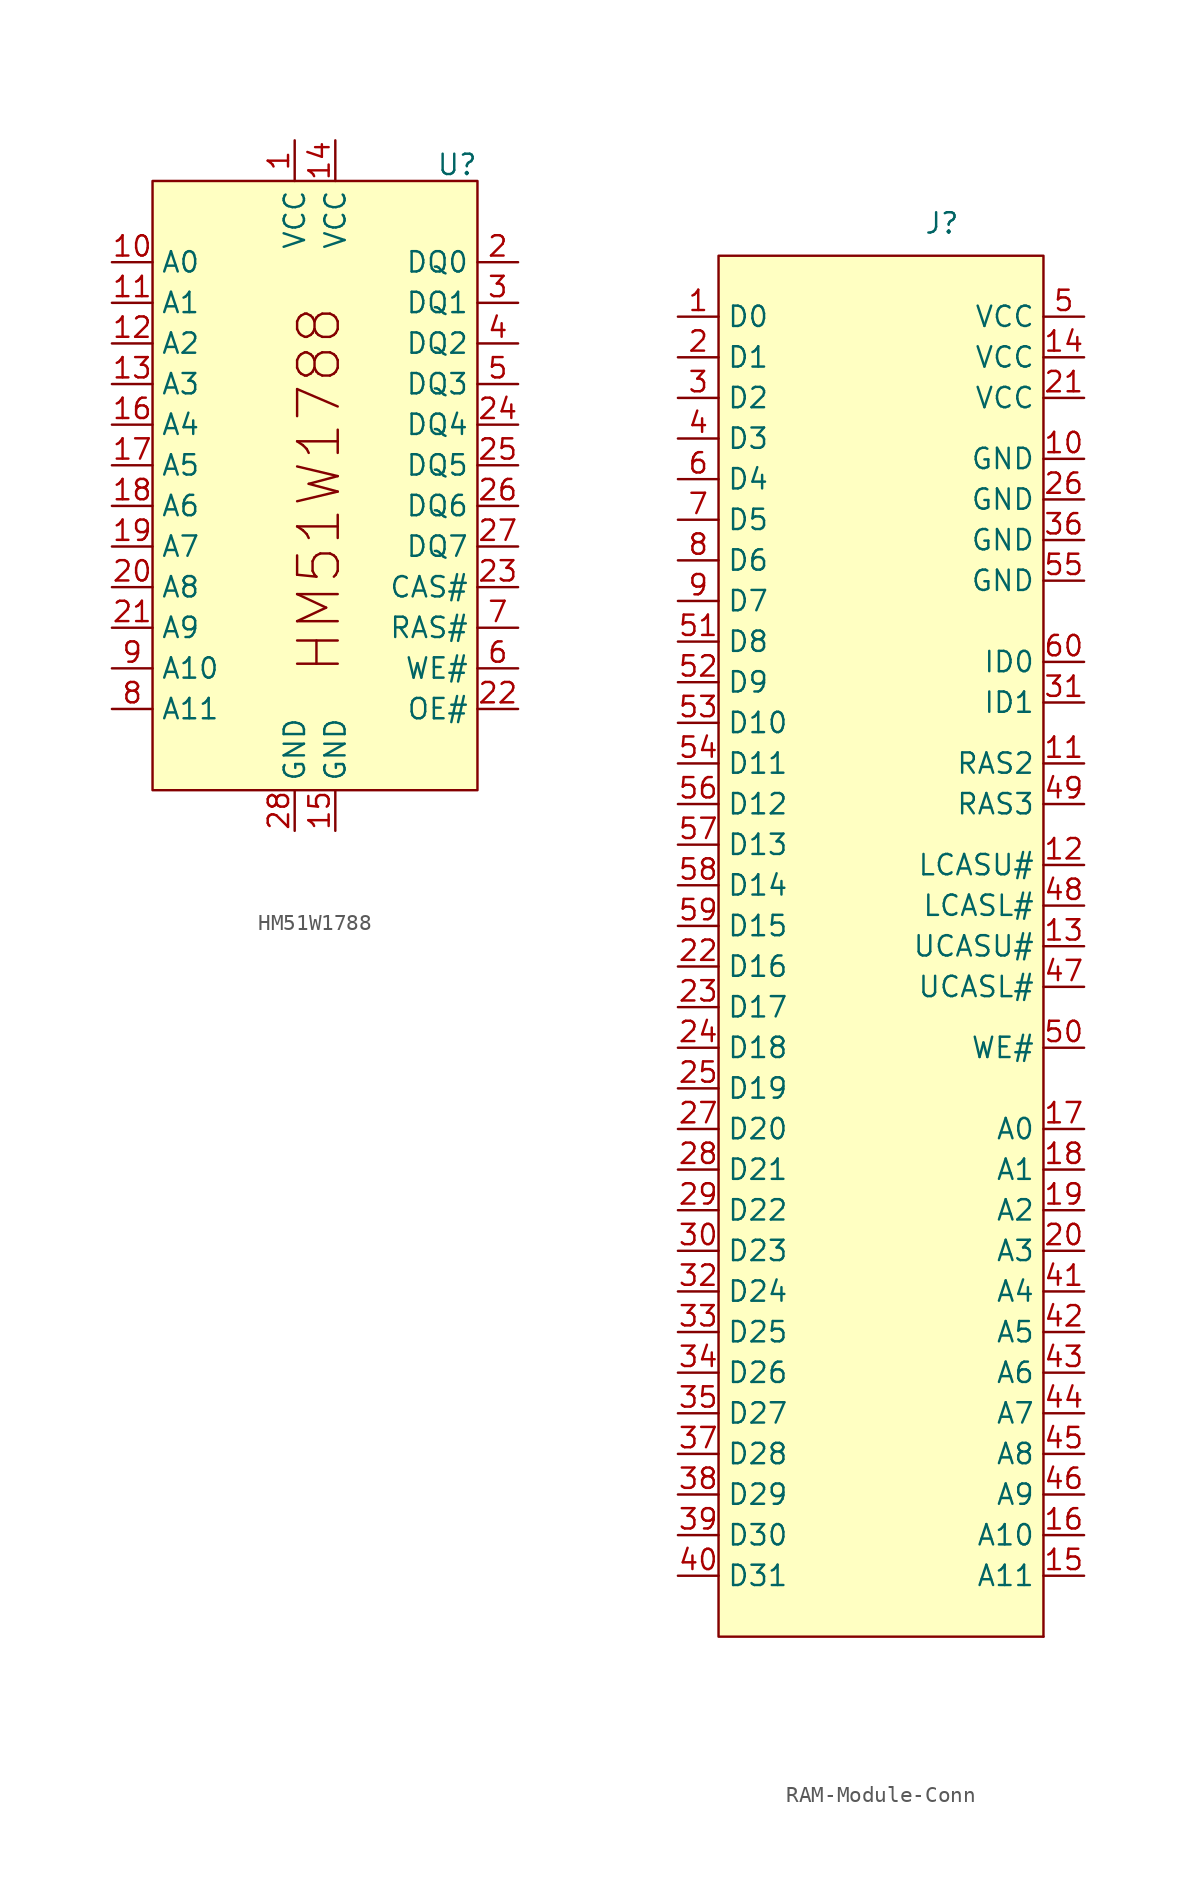
<source format=kicad_sym>
(kicad_symbol_lib
  (version 20241209)
  (generator "kicad_symbol_editor")
  (generator_version "9.0")
  (symbol "HM51W1788"
    (property "Reference" "U"
      (at 8.89 20.066 0)
      (effects (font (size 1.27 1.27))))
    (property "Value" ""
      (at 0 0 0)
      (effects (font (size 1.27 1.27))))
    (symbol "HM51W1788_1_1"
      (rectangle (start -10.16 19.05) (end 10.16 -19.05) (stroke (width 0) (type solid)) (fill (type color) (color 255 255 194 1)))
      (text "HM51W1788" (at 0.254 -0.254 900) (effects (font (size 2.54 2.54))))
      (pin input line (at -12.7 13.97 0) (length 2.54) (name "A0" (effects (font (size 1.27 1.27)))) (number "10" (effects (font (size 1.27 1.27)))))
      (pin input line (at -12.7 11.43 0) (length 2.54) (name "A1" (effects (font (size 1.27 1.27)))) (number "11" (effects (font (size 1.27 1.27)))))
      (pin input line (at -12.7 8.89 0) (length 2.54) (name "A2" (effects (font (size 1.27 1.27)))) (number "12" (effects (font (size 1.27 1.27)))))
      (pin input line (at -12.7 6.35 0) (length 2.54) (name "A3" (effects (font (size 1.27 1.27)))) (number "13" (effects (font (size 1.27 1.27)))))
      (pin input line (at -12.7 3.81 0) (length 2.54) (name "A4" (effects (font (size 1.27 1.27)))) (number "16" (effects (font (size 1.27 1.27)))))
      (pin input line (at -12.7 1.27 0) (length 2.54) (name "A5" (effects (font (size 1.27 1.27)))) (number "17" (effects (font (size 1.27 1.27)))))
      (pin input line (at -12.7 -1.27 0) (length 2.54) (name "A6" (effects (font (size 1.27 1.27)))) (number "18" (effects (font (size 1.27 1.27)))))
      (pin input line (at -12.7 -3.81 0) (length 2.54) (name "A7" (effects (font (size 1.27 1.27)))) (number "19" (effects (font (size 1.27 1.27)))))
      (pin input line (at -12.7 -6.35 0) (length 2.54) (name "A8" (effects (font (size 1.27 1.27)))) (number "20" (effects (font (size 1.27 1.27)))))
      (pin input line (at -12.7 -8.89 0) (length 2.54) (name "A9" (effects (font (size 1.27 1.27)))) (number "21" (effects (font (size 1.27 1.27)))))
      (pin input line (at -12.7 -11.43 0) (length 2.54) (name "A10" (effects (font (size 1.27 1.27)))) (number "9" (effects (font (size 1.27 1.27)))))
      (pin input line (at -12.7 -13.97 0) (length 2.54) (name "A11" (effects (font (size 1.27 1.27)))) (number "8" (effects (font (size 1.27 1.27)))))
      (pin power_in line (at -1.27 21.59 270) (length 2.54) (name "VCC" (effects (font (size 1.27 1.27)))) (number "1" (effects (font (size 1.27 1.27)))))
      (pin power_in line (at -1.27 -21.59 90) (length 2.54) (name "GND" (effects (font (size 1.27 1.27)))) (number "28" (effects (font (size 1.27 1.27)))))
      (pin power_in line (at 1.27 21.59 270) (length 2.54) (name "VCC" (effects (font (size 1.27 1.27)))) (number "14" (effects (font (size 1.27 1.27)))))
      (pin power_in line (at 1.27 -21.59 90) (length 2.54) (name "GND" (effects (font (size 1.27 1.27)))) (number "15" (effects (font (size 1.27 1.27)))))
      (pin bidirectional line (at 12.7 13.97 180) (length 2.54) (name "DQ0" (effects (font (size 1.27 1.27)))) (number "2" (effects (font (size 1.27 1.27)))))
      (pin bidirectional line (at 12.7 11.43 180) (length 2.54) (name "DQ1" (effects (font (size 1.27 1.27)))) (number "3" (effects (font (size 1.27 1.27)))))
      (pin bidirectional line (at 12.7 8.89 180) (length 2.54) (name "DQ2" (effects (font (size 1.27 1.27)))) (number "4" (effects (font (size 1.27 1.27)))))
      (pin bidirectional line (at 12.7 6.35 180) (length 2.54) (name "DQ3" (effects (font (size 1.27 1.27)))) (number "5" (effects (font (size 1.27 1.27)))))
      (pin bidirectional line (at 12.7 3.81 180) (length 2.54) (name "DQ4" (effects (font (size 1.27 1.27)))) (number "24" (effects (font (size 1.27 1.27)))))
      (pin bidirectional line (at 12.7 1.27 180) (length 2.54) (name "DQ5" (effects (font (size 1.27 1.27)))) (number "25" (effects (font (size 1.27 1.27)))))
      (pin bidirectional line (at 12.7 -1.27 180) (length 2.54) (name "DQ6" (effects (font (size 1.27 1.27)))) (number "26" (effects (font (size 1.27 1.27)))))
      (pin bidirectional line (at 12.7 -3.81 180) (length 2.54) (name "DQ7" (effects (font (size 1.27 1.27)))) (number "27" (effects (font (size 1.27 1.27)))))
      (pin input line (at 12.7 -6.35 180) (length 2.54) (name "CAS#" (effects (font (size 1.27 1.27)))) (number "23" (effects (font (size 1.27 1.27)))))
      (pin input line (at 12.7 -8.89 180) (length 2.54) (name "RAS#" (effects (font (size 1.27 1.27)))) (number "7" (effects (font (size 1.27 1.27)))))
      (pin input line (at 12.7 -11.43 180) (length 2.54) (name "WE#" (effects (font (size 1.27 1.27)))) (number "6" (effects (font (size 1.27 1.27)))))
      (pin input line (at 12.7 -13.97 180) (length 2.54) (name "OE#" (effects (font (size 1.27 1.27)))) (number "22" (effects (font (size 1.27 1.27)))))))
  (symbol "RAM-Module-Conn"
    (property "Reference" "J"
      (at 3.81 45.212 0)
      (effects (font (size 1.27 1.27))))
    (property "Value" ""
      (at 0 0 0)
      (effects (font (size 1.27 1.27))))
    (symbol "RAM-Module-Conn_0_1"
      (rectangle (start 10.16 -43.18) (end 10.16 -43.18) (stroke (width 0) (type default)) (fill (type none))))
    (symbol "RAM-Module-Conn_1_1"
      (rectangle (start -10.16 43.18) (end 10.16 -43.18) (stroke (width 0) (type solid)) (fill (type color) (color 255 255 194 1)))
      (pin bidirectional line (at -12.7 39.37 0) (length 2.54) (name "D0" (effects (font (size 1.27 1.27)))) (number "1" (effects (font (size 1.27 1.27)))))
      (pin bidirectional line (at -12.7 36.83 0) (length 2.54) (name "D1" (effects (font (size 1.27 1.27)))) (number "2" (effects (font (size 1.27 1.27)))))
      (pin bidirectional line (at -12.7 34.29 0) (length 2.54) (name "D2" (effects (font (size 1.27 1.27)))) (number "3" (effects (font (size 1.27 1.27)))))
      (pin bidirectional line (at -12.7 31.75 0) (length 2.54) (name "D3" (effects (font (size 1.27 1.27)))) (number "4" (effects (font (size 1.27 1.27)))))
      (pin bidirectional line (at -12.7 29.21 0) (length 2.54) (name "D4" (effects (font (size 1.27 1.27)))) (number "6" (effects (font (size 1.27 1.27)))))
      (pin bidirectional line (at -12.7 26.67 0) (length 2.54) (name "D5" (effects (font (size 1.27 1.27)))) (number "7" (effects (font (size 1.27 1.27)))))
      (pin bidirectional line (at -12.7 24.13 0) (length 2.54) (name "D6" (effects (font (size 1.27 1.27)))) (number "8" (effects (font (size 1.27 1.27)))))
      (pin bidirectional line (at -12.7 21.59 0) (length 2.54) (name "D7" (effects (font (size 1.27 1.27)))) (number "9" (effects (font (size 1.27 1.27)))))
      (pin bidirectional line (at -12.7 19.05 0) (length 2.54) (name "D8" (effects (font (size 1.27 1.27)))) (number "51" (effects (font (size 1.27 1.27)))))
      (pin bidirectional line (at -12.7 16.51 0) (length 2.54) (name "D9" (effects (font (size 1.27 1.27)))) (number "52" (effects (font (size 1.27 1.27)))))
      (pin bidirectional line (at -12.7 13.97 0) (length 2.54) (name "D10" (effects (font (size 1.27 1.27)))) (number "53" (effects (font (size 1.27 1.27)))))
      (pin bidirectional line (at -12.7 11.43 0) (length 2.54) (name "D11" (effects (font (size 1.27 1.27)))) (number "54" (effects (font (size 1.27 1.27)))))
      (pin bidirectional line (at -12.7 8.89 0) (length 2.54) (name "D12" (effects (font (size 1.27 1.27)))) (number "56" (effects (font (size 1.27 1.27)))))
      (pin bidirectional line (at -12.7 6.35 0) (length 2.54) (name "D13" (effects (font (size 1.27 1.27)))) (number "57" (effects (font (size 1.27 1.27)))))
      (pin bidirectional line (at -12.7 3.81 0) (length 2.54) (name "D14" (effects (font (size 1.27 1.27)))) (number "58" (effects (font (size 1.27 1.27)))))
      (pin bidirectional line (at -12.7 1.27 0) (length 2.54) (name "D15" (effects (font (size 1.27 1.27)))) (number "59" (effects (font (size 1.27 1.27)))))
      (pin bidirectional line (at -12.7 -1.27 0) (length 2.54) (name "D16" (effects (font (size 1.27 1.27)))) (number "22" (effects (font (size 1.27 1.27)))))
      (pin bidirectional line (at -12.7 -3.81 0) (length 2.54) (name "D17" (effects (font (size 1.27 1.27)))) (number "23" (effects (font (size 1.27 1.27)))))
      (pin bidirectional line (at -12.7 -6.35 0) (length 2.54) (name "D18" (effects (font (size 1.27 1.27)))) (number "24" (effects (font (size 1.27 1.27)))))
      (pin bidirectional line (at -12.7 -8.89 0) (length 2.54) (name "D19" (effects (font (size 1.27 1.27)))) (number "25" (effects (font (size 1.27 1.27)))))
      (pin bidirectional line (at -12.7 -11.43 0) (length 2.54) (name "D20" (effects (font (size 1.27 1.27)))) (number "27" (effects (font (size 1.27 1.27)))))
      (pin bidirectional line (at -12.7 -13.97 0) (length 2.54) (name "D21" (effects (font (size 1.27 1.27)))) (number "28" (effects (font (size 1.27 1.27)))))
      (pin bidirectional line (at -12.7 -16.51 0) (length 2.54) (name "D22" (effects (font (size 1.27 1.27)))) (number "29" (effects (font (size 1.27 1.27)))))
      (pin bidirectional line (at -12.7 -19.05 0) (length 2.54) (name "D23" (effects (font (size 1.27 1.27)))) (number "30" (effects (font (size 1.27 1.27)))))
      (pin bidirectional line (at -12.7 -21.59 0) (length 2.54) (name "D24" (effects (font (size 1.27 1.27)))) (number "32" (effects (font (size 1.27 1.27)))))
      (pin bidirectional line (at -12.7 -24.13 0) (length 2.54) (name "D25" (effects (font (size 1.27 1.27)))) (number "33" (effects (font (size 1.27 1.27)))))
      (pin bidirectional line (at -12.7 -26.67 0) (length 2.54) (name "D26" (effects (font (size 1.27 1.27)))) (number "34" (effects (font (size 1.27 1.27)))))
      (pin bidirectional line (at -12.7 -29.21 0) (length 2.54) (name "D27" (effects (font (size 1.27 1.27)))) (number "35" (effects (font (size 1.27 1.27)))))
      (pin bidirectional line (at -12.7 -31.75 0) (length 2.54) (name "D28" (effects (font (size 1.27 1.27)))) (number "37" (effects (font (size 1.27 1.27)))))
      (pin bidirectional line (at -12.7 -34.29 0) (length 2.54) (name "D29" (effects (font (size 1.27 1.27)))) (number "38" (effects (font (size 1.27 1.27)))))
      (pin bidirectional line (at -12.7 -36.83 0) (length 2.54) (name "D30" (effects (font (size 1.27 1.27)))) (number "39" (effects (font (size 1.27 1.27)))))
      (pin bidirectional line (at -12.7 -39.37 0) (length 2.54) (name "D31" (effects (font (size 1.27 1.27)))) (number "40" (effects (font (size 1.27 1.27)))))
      (pin power_out line (at 12.7 39.37 180) (length 2.54) (name "VCC" (effects (font (size 1.27 1.27)))) (number "5" (effects (font (size 1.27 1.27)))))
      (pin power_in line (at 12.7 36.83 180) (length 2.54) (name "VCC" (effects (font (size 1.27 1.27)))) (number "14" (effects (font (size 1.27 1.27)))))
      (pin power_in line (at 12.7 34.29 180) (length 2.54) (name "VCC" (effects (font (size 1.27 1.27)))) (number "21" (effects (font (size 1.27 1.27)))))
      (pin power_out line (at 12.7 30.48 180) (length 2.54) (name "GND" (effects (font (size 1.27 1.27)))) (number "10" (effects (font (size 1.27 1.27)))))
      (pin power_in line (at 12.7 27.94 180) (length 2.54) (name "GND" (effects (font (size 1.27 1.27)))) (number "26" (effects (font (size 1.27 1.27)))))
      (pin power_in line (at 12.7 25.4 180) (length 2.54) (name "GND" (effects (font (size 1.27 1.27)))) (number "36" (effects (font (size 1.27 1.27)))))
      (pin power_in line (at 12.7 22.86 180) (length 2.54) (name "GND" (effects (font (size 1.27 1.27)))) (number "55" (effects (font (size 1.27 1.27)))))
      (pin output line (at 12.7 17.78 180) (length 2.54) (name "ID0" (effects (font (size 1.27 1.27)))) (number "60" (effects (font (size 1.27 1.27)))))
      (pin output line (at 12.7 15.24 180) (length 2.54) (name "ID1" (effects (font (size 1.27 1.27)))) (number "31" (effects (font (size 1.27 1.27)))))
      (pin output line (at 12.7 11.43 180) (length 2.54) (name "RAS2" (effects (font (size 1.27 1.27)))) (number "11" (effects (font (size 1.27 1.27)))))
      (pin output line (at 12.7 8.89 180) (length 2.54) (name "RAS3" (effects (font (size 1.27 1.27)))) (number "49" (effects (font (size 1.27 1.27)))))
      (pin output line (at 12.7 5.08 180) (length 2.54) (name "LCASU#" (effects (font (size 1.27 1.27)))) (number "12" (effects (font (size 1.27 1.27)))))
      (pin output line (at 12.7 2.54 180) (length 2.54) (name "LCASL#" (effects (font (size 1.27 1.27)))) (number "48" (effects (font (size 1.27 1.27)))))
      (pin output line (at 12.7 0 180) (length 2.54) (name "UCASU#" (effects (font (size 1.27 1.27)))) (number "13" (effects (font (size 1.27 1.27)))))
      (pin output line (at 12.7 -2.54 180) (length 2.54) (name "UCASL#" (effects (font (size 1.27 1.27)))) (number "47" (effects (font (size 1.27 1.27)))))
      (pin output line (at 12.7 -6.35 180) (length 2.54) (name "WE#" (effects (font (size 1.27 1.27)))) (number "50" (effects (font (size 1.27 1.27)))))
      (pin output line (at 12.7 -11.43 180) (length 2.54) (name "A0" (effects (font (size 1.27 1.27)))) (number "17" (effects (font (size 1.27 1.27)))))
      (pin output line (at 12.7 -13.97 180) (length 2.54) (name "A1" (effects (font (size 1.27 1.27)))) (number "18" (effects (font (size 1.27 1.27)))))
      (pin output line (at 12.7 -16.51 180) (length 2.54) (name "A2" (effects (font (size 1.27 1.27)))) (number "19" (effects (font (size 1.27 1.27)))))
      (pin output line (at 12.7 -19.05 180) (length 2.54) (name "A3" (effects (font (size 1.27 1.27)))) (number "20" (effects (font (size 1.27 1.27)))))
      (pin output line (at 12.7 -21.59 180) (length 2.54) (name "A4" (effects (font (size 1.27 1.27)))) (number "41" (effects (font (size 1.27 1.27)))))
      (pin output line (at 12.7 -24.13 180) (length 2.54) (name "A5" (effects (font (size 1.27 1.27)))) (number "42" (effects (font (size 1.27 1.27)))))
      (pin output line (at 12.7 -26.67 180) (length 2.54) (name "A6" (effects (font (size 1.27 1.27)))) (number "43" (effects (font (size 1.27 1.27)))))
      (pin output line (at 12.7 -29.21 180) (length 2.54) (name "A7" (effects (font (size 1.27 1.27)))) (number "44" (effects (font (size 1.27 1.27)))))
      (pin output line (at 12.7 -31.75 180) (length 2.54) (name "A8" (effects (font (size 1.27 1.27)))) (number "45" (effects (font (size 1.27 1.27)))))
      (pin output line (at 12.7 -34.29 180) (length 2.54) (name "A9" (effects (font (size 1.27 1.27)))) (number "46" (effects (font (size 1.27 1.27)))))
      (pin output line (at 12.7 -36.83 180) (length 2.54) (name "A10" (effects (font (size 1.27 1.27)))) (number "16" (effects (font (size 1.27 1.27)))))
      (pin output line (at 12.7 -39.37 180) (length 2.54) (name "A11" (effects (font (size 1.27 1.27)))) (number "15" (effects (font (size 1.27 1.27))))))))
</source>
